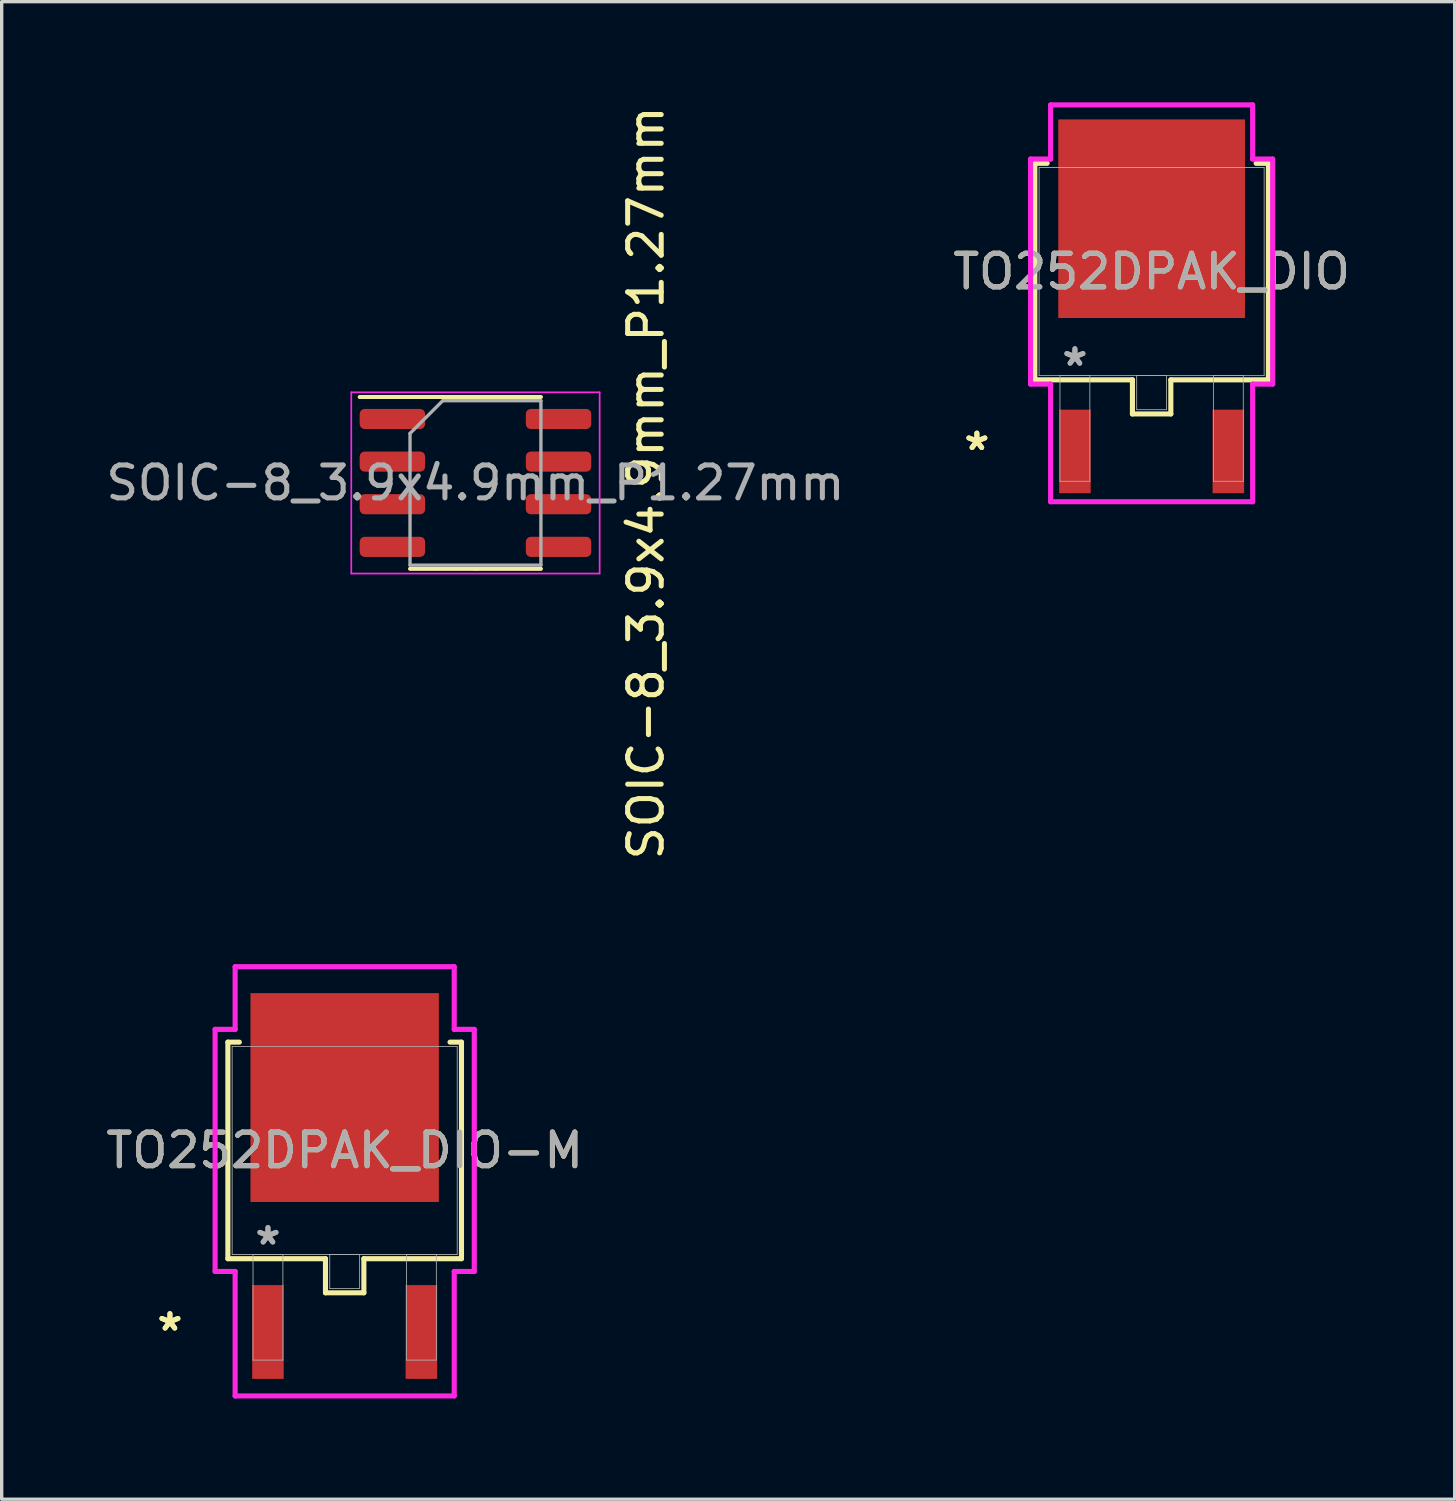
<source format=kicad_pcb>
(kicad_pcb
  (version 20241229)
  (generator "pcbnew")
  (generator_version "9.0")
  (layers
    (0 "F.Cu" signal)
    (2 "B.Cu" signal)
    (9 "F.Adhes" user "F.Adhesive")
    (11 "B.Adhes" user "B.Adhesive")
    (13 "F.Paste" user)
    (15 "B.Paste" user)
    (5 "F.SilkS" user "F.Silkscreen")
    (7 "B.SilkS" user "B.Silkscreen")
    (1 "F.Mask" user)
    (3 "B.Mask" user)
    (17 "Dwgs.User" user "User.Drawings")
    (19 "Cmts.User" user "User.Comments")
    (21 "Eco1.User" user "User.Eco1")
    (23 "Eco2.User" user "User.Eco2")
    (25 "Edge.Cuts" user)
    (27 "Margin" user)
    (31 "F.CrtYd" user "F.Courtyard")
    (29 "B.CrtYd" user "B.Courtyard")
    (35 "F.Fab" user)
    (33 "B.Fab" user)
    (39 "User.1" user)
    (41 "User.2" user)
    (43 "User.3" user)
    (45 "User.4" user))
  (footprint "TO252DPAK_DIO-M"
    (layer "F.Cu")
    (at 7.22 31.228)
    (property "Reference" "TO252DPAK_DIO-M" (at 0 0 0) (unlocked yes) (layer "F.SilkS") (effects (font (size 1 1) (thickness 0.15))))
    (attr smd)
    (fp_line (start -3.48 -3.226) (end -3.48 3.226) (stroke (width 0.152) (type solid)) (layer "F.SilkS"))
    (fp_line (start -3.48 3.226) (end -0.572 3.226) (stroke (width 0.152) (type solid)) (layer "F.SilkS"))
    (fp_line (start -3.139 -3.226) (end -3.48 -3.226) (stroke (width 0.152) (type solid)) (layer "F.SilkS"))
    (fp_line (start -0.572 3.226) (end -0.572 4.242) (stroke (width 0.152) (type solid)) (layer "F.SilkS"))
    (fp_line (start -0.572 4.242) (end 0.572 4.242) (stroke (width 0.152) (type solid)) (layer "F.SilkS"))
    (fp_line (start 0.572 3.226) (end 3.48 3.226) (stroke (width 0.152) (type solid)) (layer "F.SilkS"))
    (fp_line (start 0.572 4.242) (end 0.572 3.226) (stroke (width 0.152) (type solid)) (layer "F.SilkS"))
    (fp_line (start 3.48 -3.226) (end 3.139 -3.226) (stroke (width 0.152) (type solid)) (layer "F.SilkS"))
    (fp_line (start 3.48 3.226) (end 3.48 -3.226) (stroke (width 0.152) (type solid)) (layer "F.SilkS"))
    (fp_line (start -3.861 -3.607) (end -3.264 -3.607) (stroke (width 0.152) (type solid)) (layer "F.CrtYd"))
    (fp_line (start -3.861 3.607) (end -3.861 -3.607) (stroke (width 0.152) (type solid)) (layer "F.CrtYd"))
    (fp_line (start -3.264 -5.474) (end 3.264 -5.474) (stroke (width 0.152) (type solid)) (layer "F.CrtYd"))
    (fp_line (start -3.264 -3.607) (end -3.264 -5.474) (stroke (width 0.152) (type solid)) (layer "F.CrtYd"))
    (fp_line (start -3.264 3.607) (end -3.861 3.607) (stroke (width 0.152) (type solid)) (layer "F.CrtYd"))
    (fp_line (start -3.264 7.315) (end -3.264 3.607) (stroke (width 0.152) (type solid)) (layer "F.CrtYd"))
    (fp_line (start 3.264 -5.474) (end 3.264 -3.607) (stroke (width 0.152) (type solid)) (layer "F.CrtYd"))
    (fp_line (start 3.264 -3.607) (end 3.861 -3.607) (stroke (width 0.152) (type solid)) (layer "F.CrtYd"))
    (fp_line (start 3.264 3.607) (end 3.264 7.315) (stroke (width 0.152) (type solid)) (layer "F.CrtYd"))
    (fp_line (start 3.264 7.315) (end -3.264 7.315) (stroke (width 0.152) (type solid)) (layer "F.CrtYd"))
    (fp_line (start 3.861 -3.607) (end 3.861 3.607) (stroke (width 0.152) (type solid)) (layer "F.CrtYd"))
    (fp_line (start 3.861 3.607) (end 3.264 3.607) (stroke (width 0.152) (type solid)) (layer "F.CrtYd"))
    (fp_line (start -3.353 -3.099) (end -3.353 3.099) (stroke (width 0.025) (type solid)) (layer "F.Fab"))
    (fp_line (start -3.353 3.099) (end 3.353 3.099) (stroke (width 0.025) (type solid)) (layer "F.Fab"))
    (fp_line (start -2.731 3.099) (end -2.731 6.248) (stroke (width 0.025) (type solid)) (layer "F.Fab"))
    (fp_line (start -2.731 6.248) (end -1.841 6.248) (stroke (width 0.025) (type solid)) (layer "F.Fab"))
    (fp_line (start -1.841 3.099) (end -2.731 3.099) (stroke (width 0.025) (type solid)) (layer "F.Fab"))
    (fp_line (start -1.841 6.248) (end -1.841 3.099) (stroke (width 0.025) (type solid)) (layer "F.Fab"))
    (fp_line (start -0.445 3.099) (end -0.445 4.115) (stroke (width 0.025) (type solid)) (layer "F.Fab"))
    (fp_line (start -0.445 4.115) (end 0.445 4.115) (stroke (width 0.025) (type solid)) (layer "F.Fab"))
    (fp_line (start 0.445 3.099) (end -0.445 3.099) (stroke (width 0.025) (type solid)) (layer "F.Fab"))
    (fp_line (start 0.445 4.115) (end 0.445 3.099) (stroke (width 0.025) (type solid)) (layer "F.Fab"))
    (fp_line (start 1.841 3.099) (end 1.841 6.248) (stroke (width 0.025) (type solid)) (layer "F.Fab"))
    (fp_line (start 1.841 6.248) (end 2.731 6.248) (stroke (width 0.025) (type solid)) (layer "F.Fab"))
    (fp_line (start 2.731 3.099) (end 1.841 3.099) (stroke (width 0.025) (type solid)) (layer "F.Fab"))
    (fp_line (start 2.731 6.248) (end 2.731 3.099) (stroke (width 0.025) (type solid)) (layer "F.Fab"))
    (fp_line (start 3.353 -3.099) (end -3.353 -3.099) (stroke (width 0.025) (type solid)) (layer "F.Fab"))
    (fp_line (start 3.353 3.099) (end 3.353 -3.099) (stroke (width 0.025) (type solid)) (layer "F.Fab"))
    (fp_text user "*" (at -5.207 5.41 0) (unlocked yes) (layer "F.SilkS") (effects (font (size 1 1) (thickness 0.15))))
    (fp_text user "*" (at -5.207 5.41 0) (layer "F.SilkS") (effects (font (size 1 1) (thickness 0.15))))
    (fp_text user "*" (at -2.286 2.845 0) (layer "F.Fab") (effects (font (size 1 1) (thickness 0.15))))
    (fp_text user "${REFERENCE}" (at 0 0 0) (unlocked yes) (layer "F.Fab") (effects (font (size 1 1) (thickness 0.15))))
    (fp_text user "*" (at -2.286 2.845 0) (unlocked yes) (layer "F.Fab") (effects (font (size 1 1) (thickness 0.15))))
    (pad "1" smd rect (at -2.286 5.41) (size 0.94 2.794) (layers "F.Cu" "F.Mask" "F.Paste"))
    (pad "2" smd rect (at 0 -1.575) (size 5.613 6.223) (layers "F.Cu" "F.Mask" "F.Paste"))
    (pad "3" smd rect (at 2.286 5.41) (size 0.94 2.794) (layers "F.Cu" "F.Mask" "F.Paste")))
  (footprint "SOIC-8_3.9x4.9mm_P1.27mm"
    (layer "F.Cu")
    (at 11.117 11.339)
    (property "Reference" "SOIC-8_3.9x4.9mm_P1.27mm" (at 5.08 0 270) (layer "F.SilkS") (effects (font (size 1 1) (thickness 0.15))))
    (attr smd)
    (fp_line (start 0 -2.56) (end -3.45 -2.56) (stroke (width 0.12) (type solid)) (layer "F.SilkS"))
    (fp_line (start 0 -2.56) (end 1.95 -2.56) (stroke (width 0.12) (type solid)) (layer "F.SilkS"))
    (fp_line (start 0 2.56) (end -1.95 2.56) (stroke (width 0.12) (type solid)) (layer "F.SilkS"))
    (fp_line (start 0 2.56) (end 1.95 2.56) (stroke (width 0.12) (type solid)) (layer "F.SilkS"))
    (fp_line (start -3.7 -2.7) (end -3.7 2.7) (stroke (width 0.05) (type solid)) (layer "F.CrtYd"))
    (fp_line (start -3.7 2.7) (end 3.7 2.7) (stroke (width 0.05) (type solid)) (layer "F.CrtYd"))
    (fp_line (start 3.7 -2.7) (end -3.7 -2.7) (stroke (width 0.05) (type solid)) (layer "F.CrtYd"))
    (fp_line (start 3.7 2.7) (end 3.7 -2.7) (stroke (width 0.05) (type solid)) (layer "F.CrtYd"))
    (fp_line (start -1.95 -1.475) (end -0.975 -2.45) (stroke (width 0.1) (type solid)) (layer "F.Fab"))
    (fp_line (start -1.95 2.45) (end -1.95 -1.475) (stroke (width 0.1) (type solid)) (layer "F.Fab"))
    (fp_line (start -0.975 -2.45) (end 1.95 -2.45) (stroke (width 0.1) (type solid)) (layer "F.Fab"))
    (fp_line (start 1.95 -2.45) (end 1.95 2.45) (stroke (width 0.1) (type solid)) (layer "F.Fab"))
    (fp_line (start 1.95 2.45) (end -1.95 2.45) (stroke (width 0.1) (type solid)) (layer "F.Fab"))
    (fp_text user "${REFERENCE}" (at 0 0 0) (layer "F.Fab") (effects (font (size 0.98 0.98) (thickness 0.15))))
    (pad "1" smd roundrect (at -2.475 -1.905) (size 1.95 0.6) (layers "F.Cu" "F.Mask" "F.Paste") (roundrect_rratio 0.25))
    (pad "1" smd roundrect (at -2.475 -0.635) (size 1.95 0.6) (layers "F.Cu" "F.Mask" "F.Paste") (roundrect_rratio 0.25))
    (pad "1" smd roundrect (at -2.475 0.635) (size 1.95 0.6) (layers "F.Cu" "F.Mask" "F.Paste") (roundrect_rratio 0.25))
    (pad "2" smd roundrect (at -2.475 1.905) (size 1.95 0.6) (layers "F.Cu" "F.Mask" "F.Paste") (roundrect_rratio 0.25))
    (pad "3" smd roundrect (at 2.475 -1.905) (size 1.95 0.6) (layers "F.Cu" "F.Mask" "F.Paste") (roundrect_rratio 0.25))
    (pad "3" smd roundrect (at 2.475 -0.635) (size 1.95 0.6) (layers "F.Cu" "F.Mask" "F.Paste") (roundrect_rratio 0.25))
    (pad "3" smd roundrect (at 2.475 0.635) (size 1.95 0.6) (layers "F.Cu" "F.Mask" "F.Paste") (roundrect_rratio 0.25))
    (pad "3" smd roundrect (at 2.475 1.905) (size 1.95 0.6) (layers "F.Cu" "F.Mask" "F.Paste") (roundrect_rratio 0.25)))
  (footprint "TO252DPAK_DIO"
    (layer "F.Cu")
    (at 31.264 5.042)
    (property "Reference" "TO252DPAK_DIO" (at 0 0 0) (unlocked yes) (layer "F.SilkS") (effects (font (size 1 1) (thickness 0.15))))
    (attr smd)
    (fp_line (start -3.48 -3.226) (end -3.48 3.226) (stroke (width 0.152) (type solid)) (layer "F.SilkS"))
    (fp_line (start -3.48 3.226) (end -0.572 3.226) (stroke (width 0.152) (type solid)) (layer "F.SilkS"))
    (fp_line (start -3.114 -3.226) (end -3.48 -3.226) (stroke (width 0.152) (type solid)) (layer "F.SilkS"))
    (fp_line (start -0.572 3.226) (end -0.572 4.242) (stroke (width 0.152) (type solid)) (layer "F.SilkS"))
    (fp_line (start -0.572 4.242) (end 0.572 4.242) (stroke (width 0.152) (type solid)) (layer "F.SilkS"))
    (fp_line (start 0.572 3.226) (end 3.48 3.226) (stroke (width 0.152) (type solid)) (layer "F.SilkS"))
    (fp_line (start 0.572 4.242) (end 0.572 3.226) (stroke (width 0.152) (type solid)) (layer "F.SilkS"))
    (fp_line (start 3.48 -3.226) (end 3.114 -3.226) (stroke (width 0.152) (type solid)) (layer "F.SilkS"))
    (fp_line (start 3.48 3.226) (end 3.48 -3.226) (stroke (width 0.152) (type solid)) (layer "F.SilkS"))
    (fp_line (start -3.607 -3.353) (end -3.01 -3.353) (stroke (width 0.152) (type solid)) (layer "F.CrtYd"))
    (fp_line (start -3.607 3.353) (end -3.607 -3.353) (stroke (width 0.152) (type solid)) (layer "F.CrtYd"))
    (fp_line (start -3.01 -4.966) (end 3.01 -4.966) (stroke (width 0.152) (type solid)) (layer "F.CrtYd"))
    (fp_line (start -3.01 -3.353) (end -3.01 -4.966) (stroke (width 0.152) (type solid)) (layer "F.CrtYd"))
    (fp_line (start -3.01 3.353) (end -3.607 3.353) (stroke (width 0.152) (type solid)) (layer "F.CrtYd"))
    (fp_line (start -3.01 6.858) (end -3.01 3.353) (stroke (width 0.152) (type solid)) (layer "F.CrtYd"))
    (fp_line (start 3.01 -4.966) (end 3.01 -3.353) (stroke (width 0.152) (type solid)) (layer "F.CrtYd"))
    (fp_line (start 3.01 -3.353) (end 3.607 -3.353) (stroke (width 0.152) (type solid)) (layer "F.CrtYd"))
    (fp_line (start 3.01 3.353) (end 3.01 6.858) (stroke (width 0.152) (type solid)) (layer "F.CrtYd"))
    (fp_line (start 3.01 6.858) (end -3.01 6.858) (stroke (width 0.152) (type solid)) (layer "F.CrtYd"))
    (fp_line (start 3.607 -3.353) (end 3.607 3.353) (stroke (width 0.152) (type solid)) (layer "F.CrtYd"))
    (fp_line (start 3.607 3.353) (end 3.01 3.353) (stroke (width 0.152) (type solid)) (layer "F.CrtYd"))
    (fp_line (start -3.353 -3.099) (end -3.353 3.099) (stroke (width 0.025) (type solid)) (layer "F.Fab"))
    (fp_line (start -3.353 3.099) (end 3.353 3.099) (stroke (width 0.025) (type solid)) (layer "F.Fab"))
    (fp_line (start -2.731 3.099) (end -2.731 6.248) (stroke (width 0.025) (type solid)) (layer "F.Fab"))
    (fp_line (start -2.731 6.248) (end -1.841 6.248) (stroke (width 0.025) (type solid)) (layer "F.Fab"))
    (fp_line (start -1.841 3.099) (end -2.731 3.099) (stroke (width 0.025) (type solid)) (layer "F.Fab"))
    (fp_line (start -1.841 6.248) (end -1.841 3.099) (stroke (width 0.025) (type solid)) (layer "F.Fab"))
    (fp_line (start -0.445 3.099) (end -0.445 4.115) (stroke (width 0.025) (type solid)) (layer "F.Fab"))
    (fp_line (start -0.445 4.115) (end 0.445 4.115) (stroke (width 0.025) (type solid)) (layer "F.Fab"))
    (fp_line (start 0.445 3.099) (end -0.445 3.099) (stroke (width 0.025) (type solid)) (layer "F.Fab"))
    (fp_line (start 0.445 4.115) (end 0.445 3.099) (stroke (width 0.025) (type solid)) (layer "F.Fab"))
    (fp_line (start 1.841 3.099) (end 1.841 6.248) (stroke (width 0.025) (type solid)) (layer "F.Fab"))
    (fp_line (start 1.841 6.248) (end 2.731 6.248) (stroke (width 0.025) (type solid)) (layer "F.Fab"))
    (fp_line (start 2.731 3.099) (end 1.841 3.099) (stroke (width 0.025) (type solid)) (layer "F.Fab"))
    (fp_line (start 2.731 6.248) (end 2.731 3.099) (stroke (width 0.025) (type solid)) (layer "F.Fab"))
    (fp_line (start 3.353 -3.099) (end -3.353 -3.099) (stroke (width 0.025) (type solid)) (layer "F.Fab"))
    (fp_line (start 3.353 3.099) (end 3.353 -3.099) (stroke (width 0.025) (type solid)) (layer "F.Fab"))
    (fp_text user "*" (at -5.207 5.359 0) (layer "F.SilkS") (effects (font (size 1 1) (thickness 0.15))))
    (fp_text user "*" (at -5.207 5.359 0) (unlocked yes) (layer "F.SilkS") (effects (font (size 1 1) (thickness 0.15))))
    (fp_text user "*" (at -2.286 2.845 0) (unlocked yes) (layer "F.Fab") (effects (font (size 1 1) (thickness 0.15))))
    (fp_text user "*" (at -2.286 2.845 0) (layer "F.Fab") (effects (font (size 1 1) (thickness 0.15))))
    (fp_text user "${REFERENCE}" (at 0 0 0) (unlocked yes) (layer "F.Fab") (effects (font (size 1 1) (thickness 0.15))))
    (pad "1" smd rect (at -2.286 5.359) (size 0.94 2.489) (layers "F.Cu" "F.Mask" "F.Paste"))
    (pad "2" smd rect (at 0 -1.575) (size 5.563 5.918) (layers "F.Cu" "F.Mask" "F.Paste"))
    (pad "3" smd rect (at 2.286 5.359) (size 0.94 2.489) (layers "F.Cu" "F.Mask" "F.Paste")))
  (gr_rect
    (start -3 -3)
    (end 40.294 41.62)
    (stroke (width 0.1) (type default))
    (fill no)
    (layer "Edge.Cuts")))
</source>
